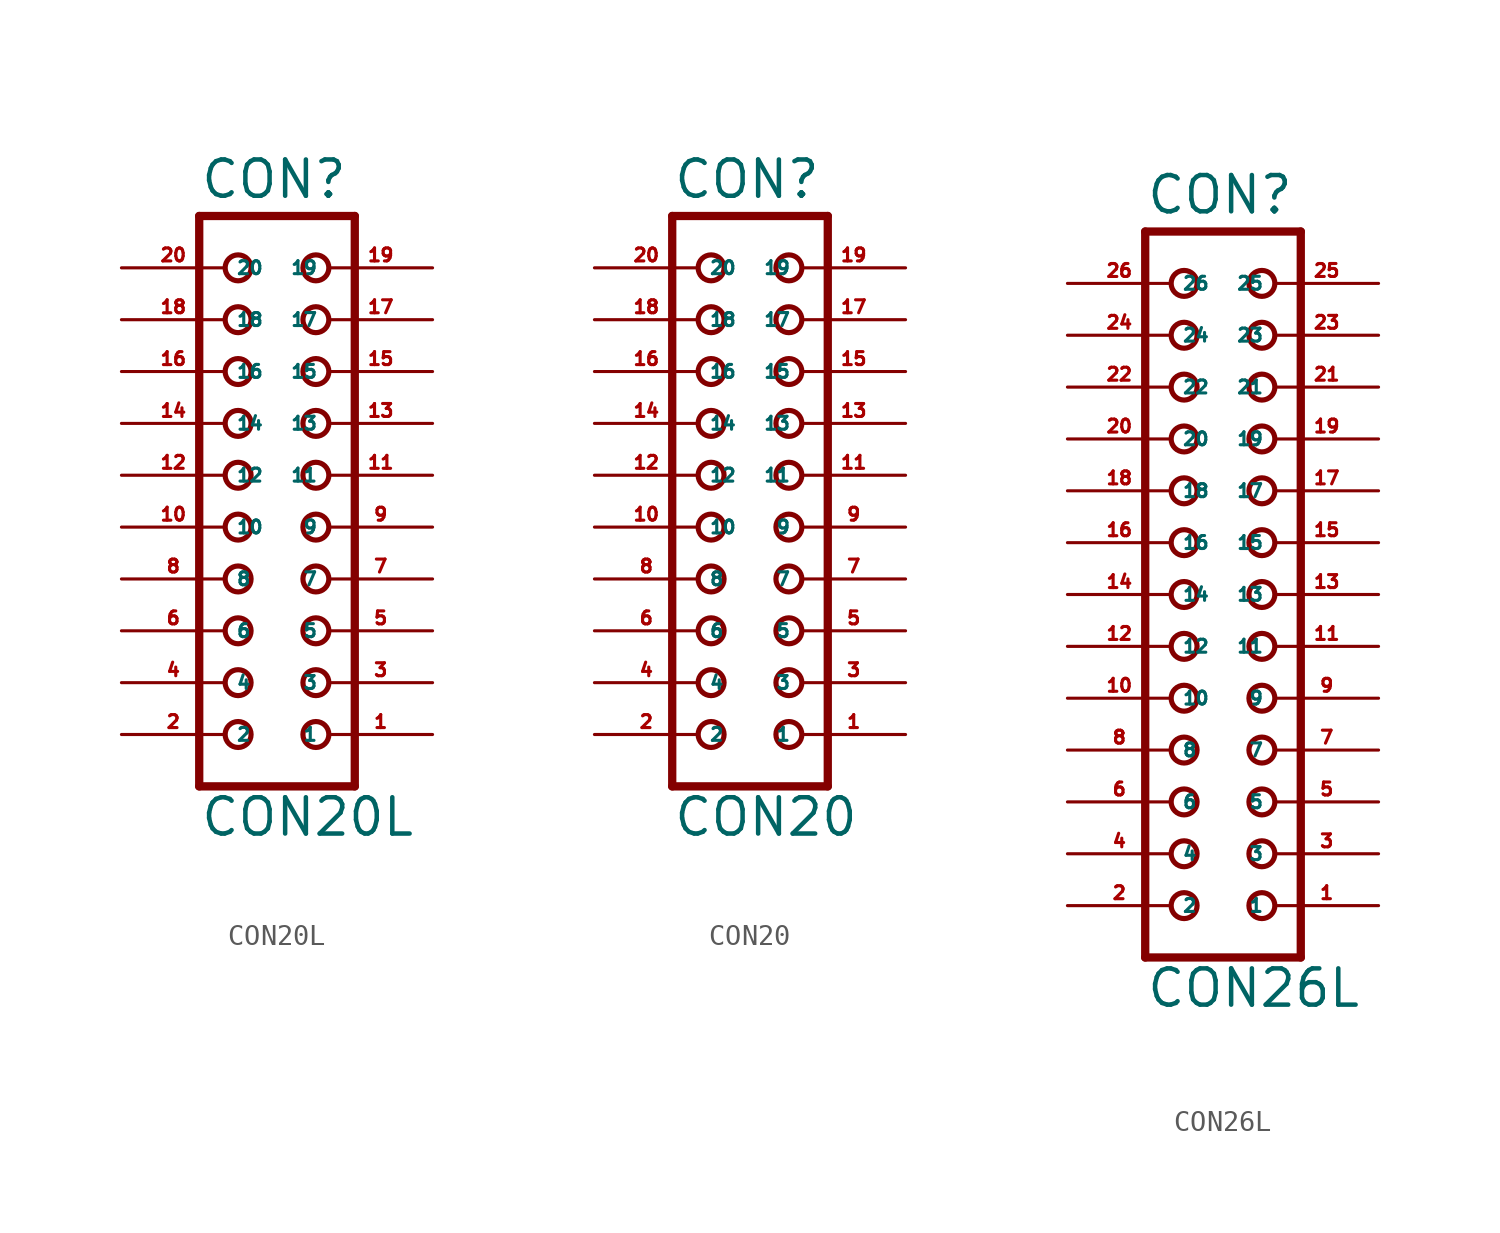
<source format=kicad_sym>
(kicad_symbol_lib
  (version 20220914)
  (generator Eagle2Kicad)
  (symbol "CON20L"
    (property "Reference" "CON"
      (at -3.81 13.462 0)
      (effects (font (size 1.778 1.778) (thickness 0.22)) (justify left bottom)))
    (property "Value" "CON20L"
      (at -3.81 -17.78 0)
      (effects (font (size 1.778 1.778) (thickness 0.22)) (justify left bottom)))
    (polyline
      (pts (xy 3.81 -15.24) (xy -3.81 -15.24))
      (stroke (width 0.406) (type default))
      (fill (type none)))
    (polyline
      (pts (xy -3.81 12.7) (xy -3.81 -15.24))
      (stroke (width 0.406) (type default))
      (fill (type none)))
    (polyline
      (pts (xy -3.81 12.7) (xy 3.81 12.7))
      (stroke (width 0.406) (type default))
      (fill (type none)))
    (polyline
      (pts (xy 3.81 -15.24) (xy 3.81 12.7))
      (stroke (width 0.406) (type default))
      (fill (type none)))
    (circle
      (center 1.905 -12.7)
      (radius 0.635)
      (stroke (width 0.254) (type default))
      (fill (type none)))
    (circle
      (center 1.905 -10.16)
      (radius 0.635)
      (stroke (width 0.254) (type default))
      (fill (type none)))
    (circle
      (center 1.905 -7.62)
      (radius 0.635)
      (stroke (width 0.254) (type default))
      (fill (type none)))
    (circle
      (center 1.905 -5.08)
      (radius 0.635)
      (stroke (width 0.254) (type default))
      (fill (type none)))
    (circle
      (center 1.905 -2.54)
      (radius 0.635)
      (stroke (width 0.254) (type default))
      (fill (type none)))
    (circle
      (center 1.905 0)
      (radius 0.635)
      (stroke (width 0.254) (type default))
      (fill (type none)))
    (circle
      (center 1.905 2.54)
      (radius 0.635)
      (stroke (width 0.254) (type default))
      (fill (type none)))
    (circle
      (center 1.905 5.08)
      (radius 0.635)
      (stroke (width 0.254) (type default))
      (fill (type none)))
    (circle
      (center 1.905 7.62)
      (radius 0.635)
      (stroke (width 0.254) (type default))
      (fill (type none)))
    (circle
      (center 1.905 10.16)
      (radius 0.635)
      (stroke (width 0.254) (type default))
      (fill (type none)))
    (circle
      (center -1.905 -12.7)
      (radius 0.635)
      (stroke (width 0.254) (type default))
      (fill (type none)))
    (circle
      (center -1.905 -10.16)
      (radius 0.635)
      (stroke (width 0.254) (type default))
      (fill (type none)))
    (circle
      (center -1.905 -7.62)
      (radius 0.635)
      (stroke (width 0.254) (type default))
      (fill (type none)))
    (circle
      (center -1.905 -5.08)
      (radius 0.635)
      (stroke (width 0.254) (type default))
      (fill (type none)))
    (circle
      (center -1.905 -2.54)
      (radius 0.635)
      (stroke (width 0.254) (type default))
      (fill (type none)))
    (circle
      (center -1.905 0)
      (radius 0.635)
      (stroke (width 0.254) (type default))
      (fill (type none)))
    (circle
      (center -1.905 2.54)
      (radius 0.635)
      (stroke (width 0.254) (type default))
      (fill (type none)))
    (circle
      (center -1.905 5.08)
      (radius 0.635)
      (stroke (width 0.254) (type default))
      (fill (type none)))
    (circle
      (center -1.905 7.62)
      (radius 0.635)
      (stroke (width 0.254) (type default))
      (fill (type none)))
    (circle
      (center -1.905 10.16)
      (radius 0.635)
      (stroke (width 0.254) (type default))
      (fill (type none)))
    (pin passive line
      (at 7.62 -12.7 180)
      (length 5.08)
      (name "1" (effects (font (size 0.635 0.635) (thickness 0.08)) (justify left bottom)))
      (number "1" (effects (font (size 0.635 0.635) (thickness 0.08)) (justify left bottom))))
    (pin passive line
      (at -7.62 -12.7 0)
      (length 5.08)
      (name "2" (effects (font (size 0.635 0.635) (thickness 0.08)) (justify left bottom)))
      (number "2" (effects (font (size 0.635 0.635) (thickness 0.08)) (justify left bottom))))
    (pin passive line
      (at 7.62 -10.16 180)
      (length 5.08)
      (name "3" (effects (font (size 0.635 0.635) (thickness 0.08)) (justify left bottom)))
      (number "3" (effects (font (size 0.635 0.635) (thickness 0.08)) (justify left bottom))))
    (pin passive line
      (at -7.62 -10.16 0)
      (length 5.08)
      (name "4" (effects (font (size 0.635 0.635) (thickness 0.08)) (justify left bottom)))
      (number "4" (effects (font (size 0.635 0.635) (thickness 0.08)) (justify left bottom))))
    (pin passive line
      (at 7.62 -7.62 180)
      (length 5.08)
      (name "5" (effects (font (size 0.635 0.635) (thickness 0.08)) (justify left bottom)))
      (number "5" (effects (font (size 0.635 0.635) (thickness 0.08)) (justify left bottom))))
    (pin passive line
      (at -7.62 -7.62 0)
      (length 5.08)
      (name "6" (effects (font (size 0.635 0.635) (thickness 0.08)) (justify left bottom)))
      (number "6" (effects (font (size 0.635 0.635) (thickness 0.08)) (justify left bottom))))
    (pin passive line
      (at 7.62 -5.08 180)
      (length 5.08)
      (name "7" (effects (font (size 0.635 0.635) (thickness 0.08)) (justify left bottom)))
      (number "7" (effects (font (size 0.635 0.635) (thickness 0.08)) (justify left bottom))))
    (pin passive line
      (at -7.62 -5.08 0)
      (length 5.08)
      (name "8" (effects (font (size 0.635 0.635) (thickness 0.08)) (justify left bottom)))
      (number "8" (effects (font (size 0.635 0.635) (thickness 0.08)) (justify left bottom))))
    (pin passive line
      (at 7.62 -2.54 180)
      (length 5.08)
      (name "9" (effects (font (size 0.635 0.635) (thickness 0.08)) (justify left bottom)))
      (number "9" (effects (font (size 0.635 0.635) (thickness 0.08)) (justify left bottom))))
    (pin passive line
      (at -7.62 -2.54 0)
      (length 5.08)
      (name "10" (effects (font (size 0.635 0.635) (thickness 0.08)) (justify left bottom)))
      (number "10" (effects (font (size 0.635 0.635) (thickness 0.08)) (justify left bottom))))
    (pin passive line
      (at 7.62 0 180)
      (length 5.08)
      (name "11" (effects (font (size 0.635 0.635) (thickness 0.08)) (justify left bottom)))
      (number "11" (effects (font (size 0.635 0.635) (thickness 0.08)) (justify left bottom))))
    (pin passive line
      (at -7.62 0 0)
      (length 5.08)
      (name "12" (effects (font (size 0.635 0.635) (thickness 0.08)) (justify left bottom)))
      (number "12" (effects (font (size 0.635 0.635) (thickness 0.08)) (justify left bottom))))
    (pin passive line
      (at 7.62 2.54 180)
      (length 5.08)
      (name "13" (effects (font (size 0.635 0.635) (thickness 0.08)) (justify left bottom)))
      (number "13" (effects (font (size 0.635 0.635) (thickness 0.08)) (justify left bottom))))
    (pin passive line
      (at -7.62 2.54 0)
      (length 5.08)
      (name "14" (effects (font (size 0.635 0.635) (thickness 0.08)) (justify left bottom)))
      (number "14" (effects (font (size 0.635 0.635) (thickness 0.08)) (justify left bottom))))
    (pin passive line
      (at 7.62 5.08 180)
      (length 5.08)
      (name "15" (effects (font (size 0.635 0.635) (thickness 0.08)) (justify left bottom)))
      (number "15" (effects (font (size 0.635 0.635) (thickness 0.08)) (justify left bottom))))
    (pin passive line
      (at -7.62 5.08 0)
      (length 5.08)
      (name "16" (effects (font (size 0.635 0.635) (thickness 0.08)) (justify left bottom)))
      (number "16" (effects (font (size 0.635 0.635) (thickness 0.08)) (justify left bottom))))
    (pin passive line
      (at 7.62 7.62 180)
      (length 5.08)
      (name "17" (effects (font (size 0.635 0.635) (thickness 0.08)) (justify left bottom)))
      (number "17" (effects (font (size 0.635 0.635) (thickness 0.08)) (justify left bottom))))
    (pin passive line
      (at -7.62 7.62 0)
      (length 5.08)
      (name "18" (effects (font (size 0.635 0.635) (thickness 0.08)) (justify left bottom)))
      (number "18" (effects (font (size 0.635 0.635) (thickness 0.08)) (justify left bottom))))
    (pin passive line
      (at 7.62 10.16 180)
      (length 5.08)
      (name "19" (effects (font (size 0.635 0.635) (thickness 0.08)) (justify left bottom)))
      (number "19" (effects (font (size 0.635 0.635) (thickness 0.08)) (justify left bottom))))
    (pin passive line
      (at -7.62 10.16 0)
      (length 5.08)
      (name "20" (effects (font (size 0.635 0.635) (thickness 0.08)) (justify left bottom)))
      (number "20" (effects (font (size 0.635 0.635) (thickness 0.08)) (justify left bottom)))))
  (symbol "CON20"
    (property "Reference" "CON"
      (at -3.81 13.462 0)
      (effects (font (size 1.778 1.778) (thickness 0.22)) (justify left bottom)))
    (property "Value" "CON20"
      (at -3.81 -17.78 0)
      (effects (font (size 1.778 1.778) (thickness 0.22)) (justify left bottom)))
    (polyline
      (pts (xy 3.81 -15.24) (xy -3.81 -15.24))
      (stroke (width 0.406) (type default))
      (fill (type none)))
    (polyline
      (pts (xy -3.81 12.7) (xy -3.81 -15.24))
      (stroke (width 0.406) (type default))
      (fill (type none)))
    (polyline
      (pts (xy -3.81 12.7) (xy 3.81 12.7))
      (stroke (width 0.406) (type default))
      (fill (type none)))
    (polyline
      (pts (xy 3.81 -15.24) (xy 3.81 12.7))
      (stroke (width 0.406) (type default))
      (fill (type none)))
    (circle
      (center 1.905 -12.7)
      (radius 0.635)
      (stroke (width 0.254) (type default))
      (fill (type none)))
    (circle
      (center 1.905 -10.16)
      (radius 0.635)
      (stroke (width 0.254) (type default))
      (fill (type none)))
    (circle
      (center 1.905 -7.62)
      (radius 0.635)
      (stroke (width 0.254) (type default))
      (fill (type none)))
    (circle
      (center 1.905 -5.08)
      (radius 0.635)
      (stroke (width 0.254) (type default))
      (fill (type none)))
    (circle
      (center 1.905 -2.54)
      (radius 0.635)
      (stroke (width 0.254) (type default))
      (fill (type none)))
    (circle
      (center 1.905 0)
      (radius 0.635)
      (stroke (width 0.254) (type default))
      (fill (type none)))
    (circle
      (center 1.905 2.54)
      (radius 0.635)
      (stroke (width 0.254) (type default))
      (fill (type none)))
    (circle
      (center 1.905 5.08)
      (radius 0.635)
      (stroke (width 0.254) (type default))
      (fill (type none)))
    (circle
      (center 1.905 7.62)
      (radius 0.635)
      (stroke (width 0.254) (type default))
      (fill (type none)))
    (circle
      (center 1.905 10.16)
      (radius 0.635)
      (stroke (width 0.254) (type default))
      (fill (type none)))
    (circle
      (center -1.905 -12.7)
      (radius 0.635)
      (stroke (width 0.254) (type default))
      (fill (type none)))
    (circle
      (center -1.905 -10.16)
      (radius 0.635)
      (stroke (width 0.254) (type default))
      (fill (type none)))
    (circle
      (center -1.905 -7.62)
      (radius 0.635)
      (stroke (width 0.254) (type default))
      (fill (type none)))
    (circle
      (center -1.905 -5.08)
      (radius 0.635)
      (stroke (width 0.254) (type default))
      (fill (type none)))
    (circle
      (center -1.905 -2.54)
      (radius 0.635)
      (stroke (width 0.254) (type default))
      (fill (type none)))
    (circle
      (center -1.905 0)
      (radius 0.635)
      (stroke (width 0.254) (type default))
      (fill (type none)))
    (circle
      (center -1.905 2.54)
      (radius 0.635)
      (stroke (width 0.254) (type default))
      (fill (type none)))
    (circle
      (center -1.905 5.08)
      (radius 0.635)
      (stroke (width 0.254) (type default))
      (fill (type none)))
    (circle
      (center -1.905 7.62)
      (radius 0.635)
      (stroke (width 0.254) (type default))
      (fill (type none)))
    (circle
      (center -1.905 10.16)
      (radius 0.635)
      (stroke (width 0.254) (type default))
      (fill (type none)))
    (pin passive line
      (at 7.62 -12.7 180)
      (length 5.08)
      (name "1" (effects (font (size 0.635 0.635) (thickness 0.08)) (justify left bottom)))
      (number "1" (effects (font (size 0.635 0.635) (thickness 0.08)) (justify left bottom))))
    (pin passive line
      (at -7.62 -12.7 0)
      (length 5.08)
      (name "2" (effects (font (size 0.635 0.635) (thickness 0.08)) (justify left bottom)))
      (number "2" (effects (font (size 0.635 0.635) (thickness 0.08)) (justify left bottom))))
    (pin passive line
      (at 7.62 -10.16 180)
      (length 5.08)
      (name "3" (effects (font (size 0.635 0.635) (thickness 0.08)) (justify left bottom)))
      (number "3" (effects (font (size 0.635 0.635) (thickness 0.08)) (justify left bottom))))
    (pin passive line
      (at -7.62 -10.16 0)
      (length 5.08)
      (name "4" (effects (font (size 0.635 0.635) (thickness 0.08)) (justify left bottom)))
      (number "4" (effects (font (size 0.635 0.635) (thickness 0.08)) (justify left bottom))))
    (pin passive line
      (at 7.62 -7.62 180)
      (length 5.08)
      (name "5" (effects (font (size 0.635 0.635) (thickness 0.08)) (justify left bottom)))
      (number "5" (effects (font (size 0.635 0.635) (thickness 0.08)) (justify left bottom))))
    (pin passive line
      (at -7.62 -7.62 0)
      (length 5.08)
      (name "6" (effects (font (size 0.635 0.635) (thickness 0.08)) (justify left bottom)))
      (number "6" (effects (font (size 0.635 0.635) (thickness 0.08)) (justify left bottom))))
    (pin passive line
      (at 7.62 -5.08 180)
      (length 5.08)
      (name "7" (effects (font (size 0.635 0.635) (thickness 0.08)) (justify left bottom)))
      (number "7" (effects (font (size 0.635 0.635) (thickness 0.08)) (justify left bottom))))
    (pin passive line
      (at -7.62 -5.08 0)
      (length 5.08)
      (name "8" (effects (font (size 0.635 0.635) (thickness 0.08)) (justify left bottom)))
      (number "8" (effects (font (size 0.635 0.635) (thickness 0.08)) (justify left bottom))))
    (pin passive line
      (at 7.62 -2.54 180)
      (length 5.08)
      (name "9" (effects (font (size 0.635 0.635) (thickness 0.08)) (justify left bottom)))
      (number "9" (effects (font (size 0.635 0.635) (thickness 0.08)) (justify left bottom))))
    (pin passive line
      (at -7.62 -2.54 0)
      (length 5.08)
      (name "10" (effects (font (size 0.635 0.635) (thickness 0.08)) (justify left bottom)))
      (number "10" (effects (font (size 0.635 0.635) (thickness 0.08)) (justify left bottom))))
    (pin passive line
      (at 7.62 0 180)
      (length 5.08)
      (name "11" (effects (font (size 0.635 0.635) (thickness 0.08)) (justify left bottom)))
      (number "11" (effects (font (size 0.635 0.635) (thickness 0.08)) (justify left bottom))))
    (pin passive line
      (at -7.62 0 0)
      (length 5.08)
      (name "12" (effects (font (size 0.635 0.635) (thickness 0.08)) (justify left bottom)))
      (number "12" (effects (font (size 0.635 0.635) (thickness 0.08)) (justify left bottom))))
    (pin passive line
      (at 7.62 2.54 180)
      (length 5.08)
      (name "13" (effects (font (size 0.635 0.635) (thickness 0.08)) (justify left bottom)))
      (number "13" (effects (font (size 0.635 0.635) (thickness 0.08)) (justify left bottom))))
    (pin passive line
      (at -7.62 2.54 0)
      (length 5.08)
      (name "14" (effects (font (size 0.635 0.635) (thickness 0.08)) (justify left bottom)))
      (number "14" (effects (font (size 0.635 0.635) (thickness 0.08)) (justify left bottom))))
    (pin passive line
      (at 7.62 5.08 180)
      (length 5.08)
      (name "15" (effects (font (size 0.635 0.635) (thickness 0.08)) (justify left bottom)))
      (number "15" (effects (font (size 0.635 0.635) (thickness 0.08)) (justify left bottom))))
    (pin passive line
      (at -7.62 5.08 0)
      (length 5.08)
      (name "16" (effects (font (size 0.635 0.635) (thickness 0.08)) (justify left bottom)))
      (number "16" (effects (font (size 0.635 0.635) (thickness 0.08)) (justify left bottom))))
    (pin passive line
      (at 7.62 7.62 180)
      (length 5.08)
      (name "17" (effects (font (size 0.635 0.635) (thickness 0.08)) (justify left bottom)))
      (number "17" (effects (font (size 0.635 0.635) (thickness 0.08)) (justify left bottom))))
    (pin passive line
      (at -7.62 7.62 0)
      (length 5.08)
      (name "18" (effects (font (size 0.635 0.635) (thickness 0.08)) (justify left bottom)))
      (number "18" (effects (font (size 0.635 0.635) (thickness 0.08)) (justify left bottom))))
    (pin passive line
      (at 7.62 10.16 180)
      (length 5.08)
      (name "19" (effects (font (size 0.635 0.635) (thickness 0.08)) (justify left bottom)))
      (number "19" (effects (font (size 0.635 0.635) (thickness 0.08)) (justify left bottom))))
    (pin passive line
      (at -7.62 10.16 0)
      (length 5.08)
      (name "20" (effects (font (size 0.635 0.635) (thickness 0.08)) (justify left bottom)))
      (number "20" (effects (font (size 0.635 0.635) (thickness 0.08)) (justify left bottom)))))
  (symbol "CON26L"
    (property "Reference" "CON"
      (at -3.81 18.542 0)
      (effects (font (size 1.778 1.778) (thickness 0.22)) (justify left bottom)))
    (property "Value" "CON26L"
      (at -3.81 -20.32 0)
      (effects (font (size 1.778 1.778) (thickness 0.22)) (justify left bottom)))
    (polyline
      (pts (xy 3.81 -17.78) (xy -3.81 -17.78))
      (stroke (width 0.406) (type default))
      (fill (type none)))
    (polyline
      (pts (xy -3.81 17.78) (xy -3.81 -17.78))
      (stroke (width 0.406) (type default))
      (fill (type none)))
    (polyline
      (pts (xy -3.81 17.78) (xy 3.81 17.78))
      (stroke (width 0.406) (type default))
      (fill (type none)))
    (polyline
      (pts (xy 3.81 -17.78) (xy 3.81 17.78))
      (stroke (width 0.406) (type default))
      (fill (type none)))
    (circle
      (center 1.905 -15.24)
      (radius 0.635)
      (stroke (width 0.254) (type default))
      (fill (type none)))
    (circle
      (center 1.905 -12.7)
      (radius 0.635)
      (stroke (width 0.254) (type default))
      (fill (type none)))
    (circle
      (center 1.905 -10.16)
      (radius 0.635)
      (stroke (width 0.254) (type default))
      (fill (type none)))
    (circle
      (center 1.905 -7.62)
      (radius 0.635)
      (stroke (width 0.254) (type default))
      (fill (type none)))
    (circle
      (center 1.905 -5.08)
      (radius 0.635)
      (stroke (width 0.254) (type default))
      (fill (type none)))
    (circle
      (center 1.905 -2.54)
      (radius 0.635)
      (stroke (width 0.254) (type default))
      (fill (type none)))
    (circle
      (center 1.905 0)
      (radius 0.635)
      (stroke (width 0.254) (type default))
      (fill (type none)))
    (circle
      (center 1.905 2.54)
      (radius 0.635)
      (stroke (width 0.254) (type default))
      (fill (type none)))
    (circle
      (center 1.905 5.08)
      (radius 0.635)
      (stroke (width 0.254) (type default))
      (fill (type none)))
    (circle
      (center 1.905 7.62)
      (radius 0.635)
      (stroke (width 0.254) (type default))
      (fill (type none)))
    (circle
      (center 1.905 10.16)
      (radius 0.635)
      (stroke (width 0.254) (type default))
      (fill (type none)))
    (circle
      (center 1.905 12.7)
      (radius 0.635)
      (stroke (width 0.254) (type default))
      (fill (type none)))
    (circle
      (center 1.905 15.24)
      (radius 0.635)
      (stroke (width 0.254) (type default))
      (fill (type none)))
    (circle
      (center -1.905 -15.24)
      (radius 0.635)
      (stroke (width 0.254) (type default))
      (fill (type none)))
    (circle
      (center -1.905 -12.7)
      (radius 0.635)
      (stroke (width 0.254) (type default))
      (fill (type none)))
    (circle
      (center -1.905 -10.16)
      (radius 0.635)
      (stroke (width 0.254) (type default))
      (fill (type none)))
    (circle
      (center -1.905 -7.62)
      (radius 0.635)
      (stroke (width 0.254) (type default))
      (fill (type none)))
    (circle
      (center -1.905 -5.08)
      (radius 0.635)
      (stroke (width 0.254) (type default))
      (fill (type none)))
    (circle
      (center -1.905 -2.54)
      (radius 0.635)
      (stroke (width 0.254) (type default))
      (fill (type none)))
    (circle
      (center -1.905 0)
      (radius 0.635)
      (stroke (width 0.254) (type default))
      (fill (type none)))
    (circle
      (center -1.905 2.54)
      (radius 0.635)
      (stroke (width 0.254) (type default))
      (fill (type none)))
    (circle
      (center -1.905 5.08)
      (radius 0.635)
      (stroke (width 0.254) (type default))
      (fill (type none)))
    (circle
      (center -1.905 7.62)
      (radius 0.635)
      (stroke (width 0.254) (type default))
      (fill (type none)))
    (circle
      (center -1.905 10.16)
      (radius 0.635)
      (stroke (width 0.254) (type default))
      (fill (type none)))
    (circle
      (center -1.905 12.7)
      (radius 0.635)
      (stroke (width 0.254) (type default))
      (fill (type none)))
    (circle
      (center -1.905 15.24)
      (radius 0.635)
      (stroke (width 0.254) (type default))
      (fill (type none)))
    (pin passive line
      (at 7.62 -15.24 180)
      (length 5.08)
      (name "1" (effects (font (size 0.635 0.635) (thickness 0.08)) (justify left bottom)))
      (number "1" (effects (font (size 0.635 0.635) (thickness 0.08)) (justify left bottom))))
    (pin passive line
      (at -7.62 -15.24 0)
      (length 5.08)
      (name "2" (effects (font (size 0.635 0.635) (thickness 0.08)) (justify left bottom)))
      (number "2" (effects (font (size 0.635 0.635) (thickness 0.08)) (justify left bottom))))
    (pin passive line
      (at 7.62 -12.7 180)
      (length 5.08)
      (name "3" (effects (font (size 0.635 0.635) (thickness 0.08)) (justify left bottom)))
      (number "3" (effects (font (size 0.635 0.635) (thickness 0.08)) (justify left bottom))))
    (pin passive line
      (at -7.62 -12.7 0)
      (length 5.08)
      (name "4" (effects (font (size 0.635 0.635) (thickness 0.08)) (justify left bottom)))
      (number "4" (effects (font (size 0.635 0.635) (thickness 0.08)) (justify left bottom))))
    (pin passive line
      (at 7.62 -10.16 180)
      (length 5.08)
      (name "5" (effects (font (size 0.635 0.635) (thickness 0.08)) (justify left bottom)))
      (number "5" (effects (font (size 0.635 0.635) (thickness 0.08)) (justify left bottom))))
    (pin passive line
      (at -7.62 -10.16 0)
      (length 5.08)
      (name "6" (effects (font (size 0.635 0.635) (thickness 0.08)) (justify left bottom)))
      (number "6" (effects (font (size 0.635 0.635) (thickness 0.08)) (justify left bottom))))
    (pin passive line
      (at 7.62 -7.62 180)
      (length 5.08)
      (name "7" (effects (font (size 0.635 0.635) (thickness 0.08)) (justify left bottom)))
      (number "7" (effects (font (size 0.635 0.635) (thickness 0.08)) (justify left bottom))))
    (pin passive line
      (at -7.62 -7.62 0)
      (length 5.08)
      (name "8" (effects (font (size 0.635 0.635) (thickness 0.08)) (justify left bottom)))
      (number "8" (effects (font (size 0.635 0.635) (thickness 0.08)) (justify left bottom))))
    (pin passive line
      (at 7.62 -5.08 180)
      (length 5.08)
      (name "9" (effects (font (size 0.635 0.635) (thickness 0.08)) (justify left bottom)))
      (number "9" (effects (font (size 0.635 0.635) (thickness 0.08)) (justify left bottom))))
    (pin passive line
      (at -7.62 -5.08 0)
      (length 5.08)
      (name "10" (effects (font (size 0.635 0.635) (thickness 0.08)) (justify left bottom)))
      (number "10" (effects (font (size 0.635 0.635) (thickness 0.08)) (justify left bottom))))
    (pin passive line
      (at 7.62 -2.54 180)
      (length 5.08)
      (name "11" (effects (font (size 0.635 0.635) (thickness 0.08)) (justify left bottom)))
      (number "11" (effects (font (size 0.635 0.635) (thickness 0.08)) (justify left bottom))))
    (pin passive line
      (at -7.62 -2.54 0)
      (length 5.08)
      (name "12" (effects (font (size 0.635 0.635) (thickness 0.08)) (justify left bottom)))
      (number "12" (effects (font (size 0.635 0.635) (thickness 0.08)) (justify left bottom))))
    (pin passive line
      (at 7.62 0 180)
      (length 5.08)
      (name "13" (effects (font (size 0.635 0.635) (thickness 0.08)) (justify left bottom)))
      (number "13" (effects (font (size 0.635 0.635) (thickness 0.08)) (justify left bottom))))
    (pin passive line
      (at -7.62 0 0)
      (length 5.08)
      (name "14" (effects (font (size 0.635 0.635) (thickness 0.08)) (justify left bottom)))
      (number "14" (effects (font (size 0.635 0.635) (thickness 0.08)) (justify left bottom))))
    (pin passive line
      (at 7.62 2.54 180)
      (length 5.08)
      (name "15" (effects (font (size 0.635 0.635) (thickness 0.08)) (justify left bottom)))
      (number "15" (effects (font (size 0.635 0.635) (thickness 0.08)) (justify left bottom))))
    (pin passive line
      (at -7.62 2.54 0)
      (length 5.08)
      (name "16" (effects (font (size 0.635 0.635) (thickness 0.08)) (justify left bottom)))
      (number "16" (effects (font (size 0.635 0.635) (thickness 0.08)) (justify left bottom))))
    (pin passive line
      (at 7.62 5.08 180)
      (length 5.08)
      (name "17" (effects (font (size 0.635 0.635) (thickness 0.08)) (justify left bottom)))
      (number "17" (effects (font (size 0.635 0.635) (thickness 0.08)) (justify left bottom))))
    (pin passive line
      (at -7.62 5.08 0)
      (length 5.08)
      (name "18" (effects (font (size 0.635 0.635) (thickness 0.08)) (justify left bottom)))
      (number "18" (effects (font (size 0.635 0.635) (thickness 0.08)) (justify left bottom))))
    (pin passive line
      (at 7.62 7.62 180)
      (length 5.08)
      (name "19" (effects (font (size 0.635 0.635) (thickness 0.08)) (justify left bottom)))
      (number "19" (effects (font (size 0.635 0.635) (thickness 0.08)) (justify left bottom))))
    (pin passive line
      (at -7.62 7.62 0)
      (length 5.08)
      (name "20" (effects (font (size 0.635 0.635) (thickness 0.08)) (justify left bottom)))
      (number "20" (effects (font (size 0.635 0.635) (thickness 0.08)) (justify left bottom))))
    (pin passive line
      (at 7.62 10.16 180)
      (length 5.08)
      (name "21" (effects (font (size 0.635 0.635) (thickness 0.08)) (justify left bottom)))
      (number "21" (effects (font (size 0.635 0.635) (thickness 0.08)) (justify left bottom))))
    (pin passive line
      (at -7.62 10.16 0)
      (length 5.08)
      (name "22" (effects (font (size 0.635 0.635) (thickness 0.08)) (justify left bottom)))
      (number "22" (effects (font (size 0.635 0.635) (thickness 0.08)) (justify left bottom))))
    (pin passive line
      (at 7.62 12.7 180)
      (length 5.08)
      (name "23" (effects (font (size 0.635 0.635) (thickness 0.08)) (justify left bottom)))
      (number "23" (effects (font (size 0.635 0.635) (thickness 0.08)) (justify left bottom))))
    (pin passive line
      (at -7.62 12.7 0)
      (length 5.08)
      (name "24" (effects (font (size 0.635 0.635) (thickness 0.08)) (justify left bottom)))
      (number "24" (effects (font (size 0.635 0.635) (thickness 0.08)) (justify left bottom))))
    (pin passive line
      (at 7.62 15.24 180)
      (length 5.08)
      (name "25" (effects (font (size 0.635 0.635) (thickness 0.08)) (justify left bottom)))
      (number "25" (effects (font (size 0.635 0.635) (thickness 0.08)) (justify left bottom))))
    (pin passive line
      (at -7.62 15.24 0)
      (length 5.08)
      (name "26" (effects (font (size 0.635 0.635) (thickness 0.08)) (justify left bottom)))
      (number "26" (effects (font (size 0.635 0.635) (thickness 0.08)) (justify left bottom))))))
</source>
